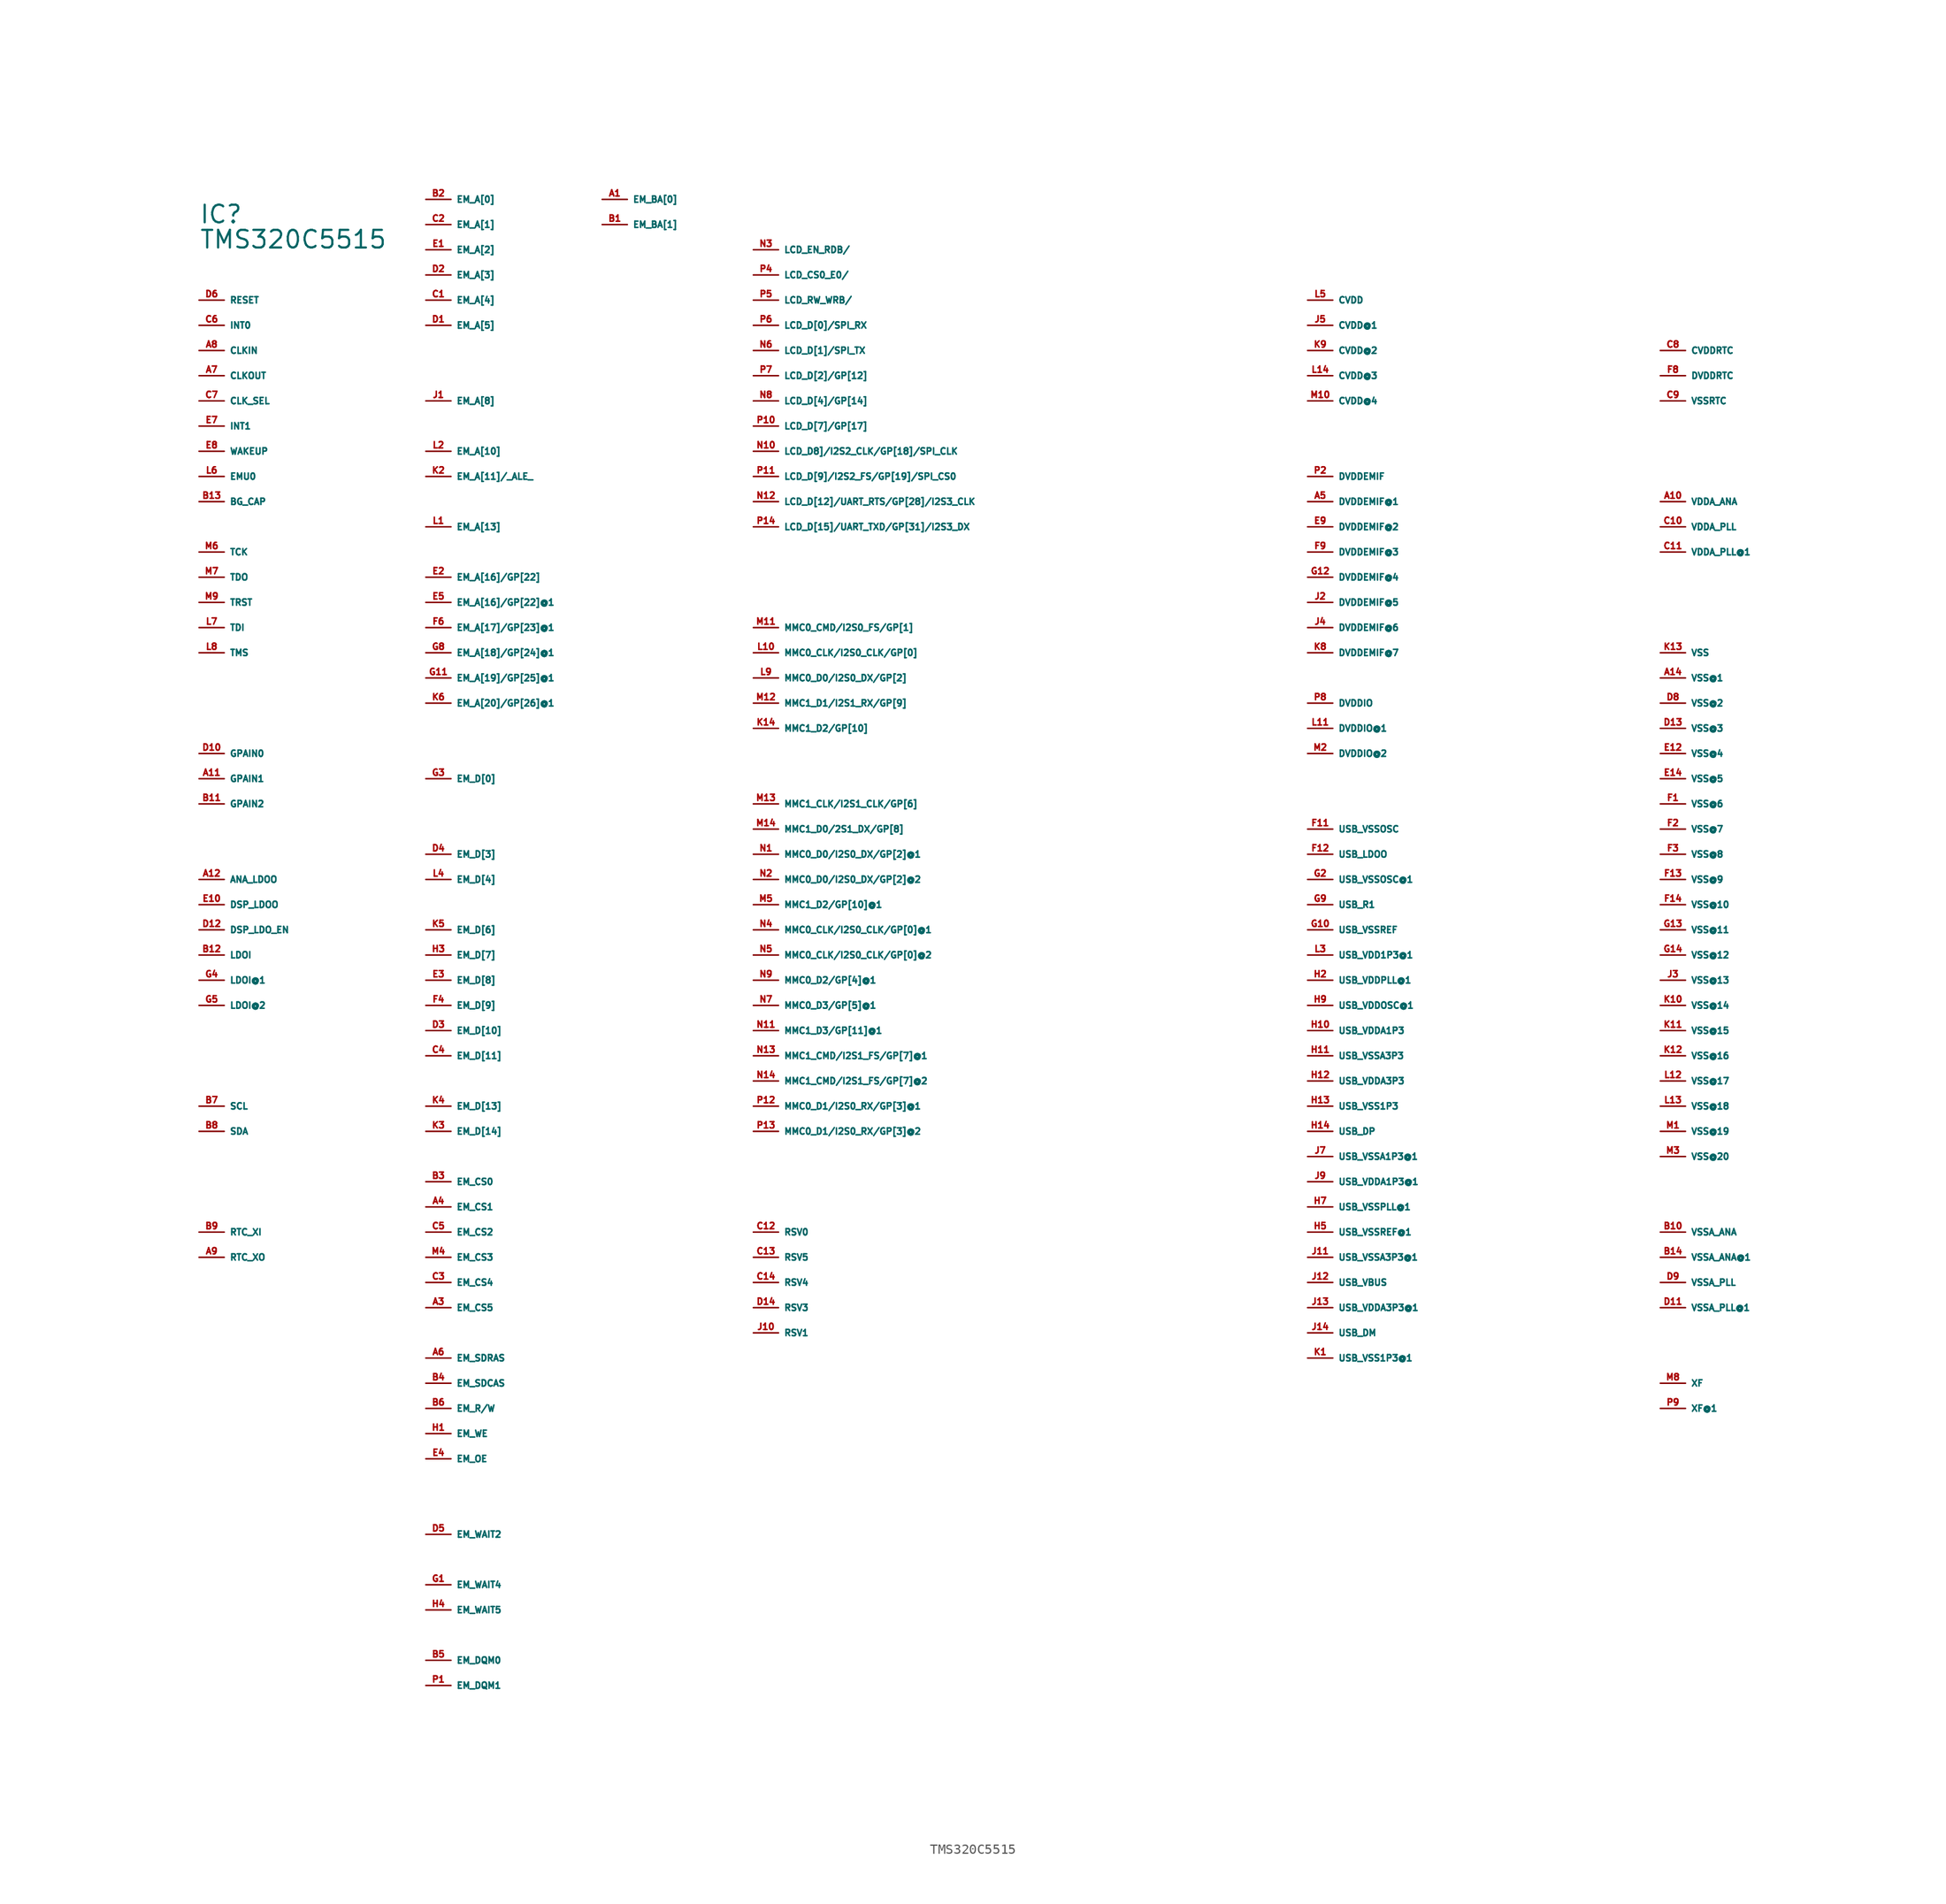
<source format=kicad_sym>
(kicad_symbol_lib
  (version 20220914)
  (generator Eagle2Kicad)
  (symbol "TMS320C5515"
    (property "Reference" "IC"
      (at 0 7.62 0)
      (effects (font (size 1.778 1.778) (thickness 0.22)) (justify left bottom)))
    (property "Value" "TMS320C5515"
      (at 0 5.08 0)
      (effects (font (size 1.778 1.778) (thickness 0.22)) (justify left bottom)))
    (pin bidirectional line
      (at 40.64 10.16 0)
      (length 2.54)
      (name "EM_BA[0]" (effects (font (size 0.635 0.635) (thickness 0.08)) (justify left bottom)))
      (number "A1" (effects (font (size 0.635 0.635) (thickness 0.08)) (justify left bottom))))
    (pin unspecified line
      (at 111.76 -17.78 0)
      (length 2.54)
      (name "DVDDEMIF" (effects (font (size 0.635 0.635) (thickness 0.08)) (justify left bottom)))
      (number "P2" (effects (font (size 0.635 0.635) (thickness 0.08)) (justify left bottom))))
    (pin bidirectional line
      (at 22.86 -101.6 0)
      (length 2.54)
      (name "EM_CS5" (effects (font (size 0.635 0.635) (thickness 0.08)) (justify left bottom)))
      (number "A3" (effects (font (size 0.635 0.635) (thickness 0.08)) (justify left bottom))))
    (pin bidirectional line
      (at 22.86 -91.44 0)
      (length 2.54)
      (name "EM_CS1" (effects (font (size 0.635 0.635) (thickness 0.08)) (justify left bottom)))
      (number "A4" (effects (font (size 0.635 0.635) (thickness 0.08)) (justify left bottom))))
    (pin unspecified line
      (at 111.76 -20.32 0)
      (length 2.54)
      (name "DVDDEMIF@1" (effects (font (size 0.635 0.635) (thickness 0.08)) (justify left bottom)))
      (number "A5" (effects (font (size 0.635 0.635) (thickness 0.08)) (justify left bottom))))
    (pin bidirectional line
      (at 22.86 -106.68 0)
      (length 2.54)
      (name "EM_SDRAS" (effects (font (size 0.635 0.635) (thickness 0.08)) (justify left bottom)))
      (number "A6" (effects (font (size 0.635 0.635) (thickness 0.08)) (justify left bottom))))
    (pin bidirectional line
      (at 0 -7.62 0)
      (length 2.54)
      (name "CLKOUT" (effects (font (size 0.635 0.635) (thickness 0.08)) (justify left bottom)))
      (number "A7" (effects (font (size 0.635 0.635) (thickness 0.08)) (justify left bottom))))
    (pin input line
      (at 0 -5.08 0)
      (length 2.54)
      (name "CLKIN" (effects (font (size 0.635 0.635) (thickness 0.08)) (justify left bottom)))
      (number "A8" (effects (font (size 0.635 0.635) (thickness 0.08)) (justify left bottom))))
    (pin input line
      (at 0 -96.52 0)
      (length 2.54)
      (name "RTC_XO" (effects (font (size 0.635 0.635) (thickness 0.08)) (justify left bottom)))
      (number "A9" (effects (font (size 0.635 0.635) (thickness 0.08)) (justify left bottom))))
    (pin unspecified line
      (at 147.32 -20.32 0)
      (length 2.54)
      (name "VDDA_ANA" (effects (font (size 0.635 0.635) (thickness 0.08)) (justify left bottom)))
      (number "A10" (effects (font (size 0.635 0.635) (thickness 0.08)) (justify left bottom))))
    (pin bidirectional line
      (at 0 -48.26 0)
      (length 2.54)
      (name "GPAIN1" (effects (font (size 0.635 0.635) (thickness 0.08)) (justify left bottom)))
      (number "A11" (effects (font (size 0.635 0.635) (thickness 0.08)) (justify left bottom))))
    (pin unspecified line
      (at 0 -58.42 0)
      (length 2.54)
      (name "ANA_LDOO" (effects (font (size 0.635 0.635) (thickness 0.08)) (justify left bottom)))
      (number "A12" (effects (font (size 0.635 0.635) (thickness 0.08)) (justify left bottom))))
    (pin unspecified line
      (at 147.32 -35.56 0)
      (length 2.54)
      (name "VSS" (effects (font (size 0.635 0.635) (thickness 0.08)) (justify left bottom)))
      (number "K13" (effects (font (size 0.635 0.635) (thickness 0.08)) (justify left bottom))))
    (pin unspecified line
      (at 147.32 -38.1 0)
      (length 2.54)
      (name "VSS@1" (effects (font (size 0.635 0.635) (thickness 0.08)) (justify left bottom)))
      (number "A14" (effects (font (size 0.635 0.635) (thickness 0.08)) (justify left bottom))))
    (pin bidirectional line
      (at 40.64 7.62 0)
      (length 2.54)
      (name "EM_BA[1]" (effects (font (size 0.635 0.635) (thickness 0.08)) (justify left bottom)))
      (number "B1" (effects (font (size 0.635 0.635) (thickness 0.08)) (justify left bottom))))
    (pin tri_state line
      (at 22.86 10.16 0)
      (length 2.54)
      (name "EM_A[0]" (effects (font (size 0.635 0.635) (thickness 0.08)) (justify left bottom)))
      (number "B2" (effects (font (size 0.635 0.635) (thickness 0.08)) (justify left bottom))))
    (pin bidirectional line
      (at 22.86 -88.9 0)
      (length 2.54)
      (name "EM_CS0" (effects (font (size 0.635 0.635) (thickness 0.08)) (justify left bottom)))
      (number "B3" (effects (font (size 0.635 0.635) (thickness 0.08)) (justify left bottom))))
    (pin bidirectional line
      (at 22.86 -109.22 0)
      (length 2.54)
      (name "EM_SDCAS" (effects (font (size 0.635 0.635) (thickness 0.08)) (justify left bottom)))
      (number "B4" (effects (font (size 0.635 0.635) (thickness 0.08)) (justify left bottom))))
    (pin bidirectional line
      (at 22.86 -137.16 0)
      (length 2.54)
      (name "EM_DQM0" (effects (font (size 0.635 0.635) (thickness 0.08)) (justify left bottom)))
      (number "B5" (effects (font (size 0.635 0.635) (thickness 0.08)) (justify left bottom))))
    (pin bidirectional line
      (at 22.86 -111.76 0)
      (length 2.54)
      (name "EM_R/W" (effects (font (size 0.635 0.635) (thickness 0.08)) (justify left bottom)))
      (number "B6" (effects (font (size 0.635 0.635) (thickness 0.08)) (justify left bottom))))
    (pin tri_state line
      (at 0 -81.28 0)
      (length 2.54)
      (name "SCL" (effects (font (size 0.635 0.635) (thickness 0.08)) (justify left bottom)))
      (number "B7" (effects (font (size 0.635 0.635) (thickness 0.08)) (justify left bottom))))
    (pin tri_state line
      (at 0 -83.82 0)
      (length 2.54)
      (name "SDA" (effects (font (size 0.635 0.635) (thickness 0.08)) (justify left bottom)))
      (number "B8" (effects (font (size 0.635 0.635) (thickness 0.08)) (justify left bottom))))
    (pin input line
      (at 0 -93.98 0)
      (length 2.54)
      (name "RTC_XI" (effects (font (size 0.635 0.635) (thickness 0.08)) (justify left bottom)))
      (number "B9" (effects (font (size 0.635 0.635) (thickness 0.08)) (justify left bottom))))
    (pin unspecified line
      (at 147.32 -93.98 0)
      (length 2.54)
      (name "VSSA_ANA" (effects (font (size 0.635 0.635) (thickness 0.08)) (justify left bottom)))
      (number "B10" (effects (font (size 0.635 0.635) (thickness 0.08)) (justify left bottom))))
    (pin bidirectional line
      (at 0 -50.8 0)
      (length 2.54)
      (name "GPAIN2" (effects (font (size 0.635 0.635) (thickness 0.08)) (justify left bottom)))
      (number "B11" (effects (font (size 0.635 0.635) (thickness 0.08)) (justify left bottom))))
    (pin unspecified line
      (at 0 -66.04 0)
      (length 2.54)
      (name "LDOI" (effects (font (size 0.635 0.635) (thickness 0.08)) (justify left bottom)))
      (number "B12" (effects (font (size 0.635 0.635) (thickness 0.08)) (justify left bottom))))
    (pin output line
      (at 0 -20.32 0)
      (length 2.54)
      (name "BG_CAP" (effects (font (size 0.635 0.635) (thickness 0.08)) (justify left bottom)))
      (number "B13" (effects (font (size 0.635 0.635) (thickness 0.08)) (justify left bottom))))
    (pin unspecified line
      (at 147.32 -96.52 0)
      (length 2.54)
      (name "VSSA_ANA@1" (effects (font (size 0.635 0.635) (thickness 0.08)) (justify left bottom)))
      (number "B14" (effects (font (size 0.635 0.635) (thickness 0.08)) (justify left bottom))))
    (pin tri_state line
      (at 22.86 0 0)
      (length 2.54)
      (name "EM_A[4]" (effects (font (size 0.635 0.635) (thickness 0.08)) (justify left bottom)))
      (number "C1" (effects (font (size 0.635 0.635) (thickness 0.08)) (justify left bottom))))
    (pin tri_state line
      (at 22.86 7.62 0)
      (length 2.54)
      (name "EM_A[1]" (effects (font (size 0.635 0.635) (thickness 0.08)) (justify left bottom)))
      (number "C2" (effects (font (size 0.635 0.635) (thickness 0.08)) (justify left bottom))))
    (pin bidirectional line
      (at 22.86 -99.06 0)
      (length 2.54)
      (name "EM_CS4" (effects (font (size 0.635 0.635) (thickness 0.08)) (justify left bottom)))
      (number "C3" (effects (font (size 0.635 0.635) (thickness 0.08)) (justify left bottom))))
    (pin tri_state line
      (at 22.86 -76.2 0)
      (length 2.54)
      (name "EM_D[11]" (effects (font (size 0.635 0.635) (thickness 0.08)) (justify left bottom)))
      (number "C4" (effects (font (size 0.635 0.635) (thickness 0.08)) (justify left bottom))))
    (pin bidirectional line
      (at 22.86 -93.98 0)
      (length 2.54)
      (name "EM_CS2" (effects (font (size 0.635 0.635) (thickness 0.08)) (justify left bottom)))
      (number "C5" (effects (font (size 0.635 0.635) (thickness 0.08)) (justify left bottom))))
    (pin input line
      (at 0 -2.54 0)
      (length 2.54)
      (name "INT0" (effects (font (size 0.635 0.635) (thickness 0.08)) (justify left bottom)))
      (number "C6" (effects (font (size 0.635 0.635) (thickness 0.08)) (justify left bottom))))
    (pin input line
      (at 0 -10.16 0)
      (length 2.54)
      (name "CLK_SEL" (effects (font (size 0.635 0.635) (thickness 0.08)) (justify left bottom)))
      (number "C7" (effects (font (size 0.635 0.635) (thickness 0.08)) (justify left bottom))))
    (pin unspecified line
      (at 147.32 -5.08 0)
      (length 2.54)
      (name "CVDDRTC" (effects (font (size 0.635 0.635) (thickness 0.08)) (justify left bottom)))
      (number "C8" (effects (font (size 0.635 0.635) (thickness 0.08)) (justify left bottom))))
    (pin unspecified line
      (at 147.32 -10.16 0)
      (length 2.54)
      (name "VSSRTC" (effects (font (size 0.635 0.635) (thickness 0.08)) (justify left bottom)))
      (number "C9" (effects (font (size 0.635 0.635) (thickness 0.08)) (justify left bottom))))
    (pin unspecified line
      (at 147.32 -22.86 0)
      (length 2.54)
      (name "VDDA_PLL" (effects (font (size 0.635 0.635) (thickness 0.08)) (justify left bottom)))
      (number "C10" (effects (font (size 0.635 0.635) (thickness 0.08)) (justify left bottom))))
    (pin bidirectional line
      (at 147.32 -25.4 0)
      (length 2.54)
      (name "VDDA_PLL@1" (effects (font (size 0.635 0.635) (thickness 0.08)) (justify left bottom)))
      (number "C11" (effects (font (size 0.635 0.635) (thickness 0.08)) (justify left bottom))))
    (pin input line
      (at 55.88 -93.98 0)
      (length 2.54)
      (name "RSV0" (effects (font (size 0.635 0.635) (thickness 0.08)) (justify left bottom)))
      (number "C12" (effects (font (size 0.635 0.635) (thickness 0.08)) (justify left bottom))))
    (pin input line
      (at 55.88 -96.52 0)
      (length 2.54)
      (name "RSV5" (effects (font (size 0.635 0.635) (thickness 0.08)) (justify left bottom)))
      (number "C13" (effects (font (size 0.635 0.635) (thickness 0.08)) (justify left bottom))))
    (pin input line
      (at 55.88 -99.06 0)
      (length 2.54)
      (name "RSV4" (effects (font (size 0.635 0.635) (thickness 0.08)) (justify left bottom)))
      (number "C14" (effects (font (size 0.635 0.635) (thickness 0.08)) (justify left bottom))))
    (pin tri_state line
      (at 22.86 -2.54 0)
      (length 2.54)
      (name "EM_A[5]" (effects (font (size 0.635 0.635) (thickness 0.08)) (justify left bottom)))
      (number "D1" (effects (font (size 0.635 0.635) (thickness 0.08)) (justify left bottom))))
    (pin tri_state line
      (at 22.86 2.54 0)
      (length 2.54)
      (name "EM_A[3]" (effects (font (size 0.635 0.635) (thickness 0.08)) (justify left bottom)))
      (number "D2" (effects (font (size 0.635 0.635) (thickness 0.08)) (justify left bottom))))
    (pin tri_state line
      (at 22.86 -73.66 0)
      (length 2.54)
      (name "EM_D[10]" (effects (font (size 0.635 0.635) (thickness 0.08)) (justify left bottom)))
      (number "D3" (effects (font (size 0.635 0.635) (thickness 0.08)) (justify left bottom))))
    (pin tri_state line
      (at 22.86 -55.88 0)
      (length 2.54)
      (name "EM_D[3]" (effects (font (size 0.635 0.635) (thickness 0.08)) (justify left bottom)))
      (number "D4" (effects (font (size 0.635 0.635) (thickness 0.08)) (justify left bottom))))
    (pin input line
      (at 22.86 -124.46 0)
      (length 2.54)
      (name "EM_WAIT2" (effects (font (size 0.635 0.635) (thickness 0.08)) (justify left bottom)))
      (number "D5" (effects (font (size 0.635 0.635) (thickness 0.08)) (justify left bottom))))
    (pin input line
      (at 0 0 0)
      (length 2.54)
      (name "RESET" (effects (font (size 0.635 0.635) (thickness 0.08)) (justify left bottom)))
      (number "D6" (effects (font (size 0.635 0.635) (thickness 0.08)) (justify left bottom))))
    (pin bidirectional line
      (at 147.32 -40.64 0)
      (length 2.54)
      (name "VSS@2" (effects (font (size 0.635 0.635) (thickness 0.08)) (justify left bottom)))
      (number "D8" (effects (font (size 0.635 0.635) (thickness 0.08)) (justify left bottom))))
    (pin unspecified line
      (at 147.32 -99.06 0)
      (length 2.54)
      (name "VSSA_PLL" (effects (font (size 0.635 0.635) (thickness 0.08)) (justify left bottom)))
      (number "D9" (effects (font (size 0.635 0.635) (thickness 0.08)) (justify left bottom))))
    (pin bidirectional line
      (at 0 -45.72 0)
      (length 2.54)
      (name "GPAIN0" (effects (font (size 0.635 0.635) (thickness 0.08)) (justify left bottom)))
      (number "D10" (effects (font (size 0.635 0.635) (thickness 0.08)) (justify left bottom))))
    (pin unspecified line
      (at 147.32 -101.6 0)
      (length 2.54)
      (name "VSSA_PLL@1" (effects (font (size 0.635 0.635) (thickness 0.08)) (justify left bottom)))
      (number "D11" (effects (font (size 0.635 0.635) (thickness 0.08)) (justify left bottom))))
    (pin input line
      (at 0 -63.5 0)
      (length 2.54)
      (name "DSP_LDO_EN" (effects (font (size 0.635 0.635) (thickness 0.08)) (justify left bottom)))
      (number "D12" (effects (font (size 0.635 0.635) (thickness 0.08)) (justify left bottom))))
    (pin input line
      (at 147.32 -43.18 0)
      (length 2.54)
      (name "VSS@3" (effects (font (size 0.635 0.635) (thickness 0.08)) (justify left bottom)))
      (number "D13" (effects (font (size 0.635 0.635) (thickness 0.08)) (justify left bottom))))
    (pin input line
      (at 55.88 -101.6 0)
      (length 2.54)
      (name "RSV3" (effects (font (size 0.635 0.635) (thickness 0.08)) (justify left bottom)))
      (number "D14" (effects (font (size 0.635 0.635) (thickness 0.08)) (justify left bottom))))
    (pin tri_state line
      (at 22.86 5.08 0)
      (length 2.54)
      (name "EM_A[2]" (effects (font (size 0.635 0.635) (thickness 0.08)) (justify left bottom)))
      (number "E1" (effects (font (size 0.635 0.635) (thickness 0.08)) (justify left bottom))))
    (pin tri_state line
      (at 22.86 -27.94 0)
      (length 2.54)
      (name "EM_A[16]/GP[22]" (effects (font (size 0.635 0.635) (thickness 0.08)) (justify left bottom)))
      (number "E2" (effects (font (size 0.635 0.635) (thickness 0.08)) (justify left bottom))))
    (pin tri_state line
      (at 22.86 -68.58 0)
      (length 2.54)
      (name "EM_D[8]" (effects (font (size 0.635 0.635) (thickness 0.08)) (justify left bottom)))
      (number "E3" (effects (font (size 0.635 0.635) (thickness 0.08)) (justify left bottom))))
    (pin bidirectional line
      (at 22.86 -116.84 0)
      (length 2.54)
      (name "EM_OE" (effects (font (size 0.635 0.635) (thickness 0.08)) (justify left bottom)))
      (number "E4" (effects (font (size 0.635 0.635) (thickness 0.08)) (justify left bottom))))
    (pin tri_state line
      (at 22.86 -30.48 0)
      (length 2.54)
      (name "EM_A[16]/GP[22]@1" (effects (font (size 0.635 0.635) (thickness 0.08)) (justify left bottom)))
      (number "E5" (effects (font (size 0.635 0.635) (thickness 0.08)) (justify left bottom))))
    (pin input line
      (at 0 -12.7 0)
      (length 2.54)
      (name "INT1" (effects (font (size 0.635 0.635) (thickness 0.08)) (justify left bottom)))
      (number "E7" (effects (font (size 0.635 0.635) (thickness 0.08)) (justify left bottom))))
    (pin tri_state line
      (at 0 -15.24 0)
      (length 2.54)
      (name "WAKEUP" (effects (font (size 0.635 0.635) (thickness 0.08)) (justify left bottom)))
      (number "E8" (effects (font (size 0.635 0.635) (thickness 0.08)) (justify left bottom))))
    (pin unspecified line
      (at 111.76 -22.86 0)
      (length 2.54)
      (name "DVDDEMIF@2" (effects (font (size 0.635 0.635) (thickness 0.08)) (justify left bottom)))
      (number "E9" (effects (font (size 0.635 0.635) (thickness 0.08)) (justify left bottom))))
    (pin unspecified line
      (at 0 -60.96 0)
      (length 2.54)
      (name "DSP_LDOO" (effects (font (size 0.635 0.635) (thickness 0.08)) (justify left bottom)))
      (number "E10" (effects (font (size 0.635 0.635) (thickness 0.08)) (justify left bottom))))
    (pin unspecified line
      (at 147.32 -45.72 0)
      (length 2.54)
      (name "VSS@4" (effects (font (size 0.635 0.635) (thickness 0.08)) (justify left bottom)))
      (number "E12" (effects (font (size 0.635 0.635) (thickness 0.08)) (justify left bottom))))
    (pin unspecified line
      (at 147.32 -48.26 0)
      (length 2.54)
      (name "VSS@5" (effects (font (size 0.635 0.635) (thickness 0.08)) (justify left bottom)))
      (number "E14" (effects (font (size 0.635 0.635) (thickness 0.08)) (justify left bottom))))
    (pin tri_state line
      (at 147.32 -50.8 0)
      (length 2.54)
      (name "VSS@6" (effects (font (size 0.635 0.635) (thickness 0.08)) (justify left bottom)))
      (number "F1" (effects (font (size 0.635 0.635) (thickness 0.08)) (justify left bottom))))
    (pin tri_state line
      (at 147.32 -53.34 0)
      (length 2.54)
      (name "VSS@7" (effects (font (size 0.635 0.635) (thickness 0.08)) (justify left bottom)))
      (number "F2" (effects (font (size 0.635 0.635) (thickness 0.08)) (justify left bottom))))
    (pin tri_state line
      (at 147.32 -55.88 0)
      (length 2.54)
      (name "VSS@8" (effects (font (size 0.635 0.635) (thickness 0.08)) (justify left bottom)))
      (number "F3" (effects (font (size 0.635 0.635) (thickness 0.08)) (justify left bottom))))
    (pin tri_state line
      (at 22.86 -71.12 0)
      (length 2.54)
      (name "EM_D[9]" (effects (font (size 0.635 0.635) (thickness 0.08)) (justify left bottom)))
      (number "F4" (effects (font (size 0.635 0.635) (thickness 0.08)) (justify left bottom))))
    (pin unspecified line
      (at 22.86 -33.02 0)
      (length 2.54)
      (name "EM_A[17]/GP[23]@1" (effects (font (size 0.635 0.635) (thickness 0.08)) (justify left bottom)))
      (number "F6" (effects (font (size 0.635 0.635) (thickness 0.08)) (justify left bottom))))
    (pin unspecified line
      (at 111.76 -40.64 0)
      (length 2.54)
      (name "DVDDIO" (effects (font (size 0.635 0.635) (thickness 0.08)) (justify left bottom)))
      (number "P8" (effects (font (size 0.635 0.635) (thickness 0.08)) (justify left bottom))))
    (pin unspecified line
      (at 147.32 -7.62 0)
      (length 2.54)
      (name "DVDDRTC" (effects (font (size 0.635 0.635) (thickness 0.08)) (justify left bottom)))
      (number "F8" (effects (font (size 0.635 0.635) (thickness 0.08)) (justify left bottom))))
    (pin unspecified line
      (at 111.76 -25.4 0)
      (length 2.54)
      (name "DVDDEMIF@3" (effects (font (size 0.635 0.635) (thickness 0.08)) (justify left bottom)))
      (number "F9" (effects (font (size 0.635 0.635) (thickness 0.08)) (justify left bottom))))
    (pin unspecified line
      (at 111.76 -53.34 0)
      (length 2.54)
      (name "USB_VSSOSC" (effects (font (size 0.635 0.635) (thickness 0.08)) (justify left bottom)))
      (number "F11" (effects (font (size 0.635 0.635) (thickness 0.08)) (justify left bottom))))
    (pin unspecified line
      (at 111.76 -55.88 0)
      (length 2.54)
      (name "USB_LDOO" (effects (font (size 0.635 0.635) (thickness 0.08)) (justify left bottom)))
      (number "F12" (effects (font (size 0.635 0.635) (thickness 0.08)) (justify left bottom))))
    (pin unspecified line
      (at 147.32 -58.42 0)
      (length 2.54)
      (name "VSS@9" (effects (font (size 0.635 0.635) (thickness 0.08)) (justify left bottom)))
      (number "F13" (effects (font (size 0.635 0.635) (thickness 0.08)) (justify left bottom))))
    (pin unspecified line
      (at 147.32 -60.96 0)
      (length 2.54)
      (name "VSS@10" (effects (font (size 0.635 0.635) (thickness 0.08)) (justify left bottom)))
      (number "F14" (effects (font (size 0.635 0.635) (thickness 0.08)) (justify left bottom))))
    (pin input line
      (at 22.86 -129.54 0)
      (length 2.54)
      (name "EM_WAIT4" (effects (font (size 0.635 0.635) (thickness 0.08)) (justify left bottom)))
      (number "G1" (effects (font (size 0.635 0.635) (thickness 0.08)) (justify left bottom))))
    (pin tri_state line
      (at 111.76 -58.42 0)
      (length 2.54)
      (name "USB_VSSOSC@1" (effects (font (size 0.635 0.635) (thickness 0.08)) (justify left bottom)))
      (number "G2" (effects (font (size 0.635 0.635) (thickness 0.08)) (justify left bottom))))
    (pin tri_state line
      (at 22.86 -48.26 0)
      (length 2.54)
      (name "EM_D[0]" (effects (font (size 0.635 0.635) (thickness 0.08)) (justify left bottom)))
      (number "G3" (effects (font (size 0.635 0.635) (thickness 0.08)) (justify left bottom))))
    (pin unspecified line
      (at 0 -68.58 0)
      (length 2.54)
      (name "LDOI@1" (effects (font (size 0.635 0.635) (thickness 0.08)) (justify left bottom)))
      (number "G4" (effects (font (size 0.635 0.635) (thickness 0.08)) (justify left bottom))))
    (pin unspecified line
      (at 0 -71.12 0)
      (length 2.54)
      (name "LDOI@2" (effects (font (size 0.635 0.635) (thickness 0.08)) (justify left bottom)))
      (number "G5" (effects (font (size 0.635 0.635) (thickness 0.08)) (justify left bottom))))
    (pin unspecified line
      (at 22.86 -35.56 0)
      (length 2.54)
      (name "EM_A[18]/GP[24]@1" (effects (font (size 0.635 0.635) (thickness 0.08)) (justify left bottom)))
      (number "G8" (effects (font (size 0.635 0.635) (thickness 0.08)) (justify left bottom))))
    (pin bidirectional line
      (at 111.76 -60.96 0)
      (length 2.54)
      (name "USB_R1" (effects (font (size 0.635 0.635) (thickness 0.08)) (justify left bottom)))
      (number "G9" (effects (font (size 0.635 0.635) (thickness 0.08)) (justify left bottom))))
    (pin unspecified line
      (at 111.76 -63.5 0)
      (length 2.54)
      (name "USB_VSSREF" (effects (font (size 0.635 0.635) (thickness 0.08)) (justify left bottom)))
      (number "G10" (effects (font (size 0.635 0.635) (thickness 0.08)) (justify left bottom))))
    (pin unspecified line
      (at 22.86 -38.1 0)
      (length 2.54)
      (name "EM_A[19]/GP[25]@1" (effects (font (size 0.635 0.635) (thickness 0.08)) (justify left bottom)))
      (number "G11" (effects (font (size 0.635 0.635) (thickness 0.08)) (justify left bottom))))
    (pin unspecified line
      (at 111.76 -27.94 0)
      (length 2.54)
      (name "DVDDEMIF@4" (effects (font (size 0.635 0.635) (thickness 0.08)) (justify left bottom)))
      (number "G12" (effects (font (size 0.635 0.635) (thickness 0.08)) (justify left bottom))))
    (pin input line
      (at 147.32 -63.5 0)
      (length 2.54)
      (name "VSS@11" (effects (font (size 0.635 0.635) (thickness 0.08)) (justify left bottom)))
      (number "G13" (effects (font (size 0.635 0.635) (thickness 0.08)) (justify left bottom))))
    (pin output line
      (at 147.32 -66.04 0)
      (length 2.54)
      (name "VSS@12" (effects (font (size 0.635 0.635) (thickness 0.08)) (justify left bottom)))
      (number "G14" (effects (font (size 0.635 0.635) (thickness 0.08)) (justify left bottom))))
    (pin bidirectional line
      (at 22.86 -114.3 0)
      (length 2.54)
      (name "EM_WE" (effects (font (size 0.635 0.635) (thickness 0.08)) (justify left bottom)))
      (number "H1" (effects (font (size 0.635 0.635) (thickness 0.08)) (justify left bottom))))
    (pin tri_state line
      (at 111.76 -68.58 0)
      (length 2.54)
      (name "USB_VDDPLL@1" (effects (font (size 0.635 0.635) (thickness 0.08)) (justify left bottom)))
      (number "H2" (effects (font (size 0.635 0.635) (thickness 0.08)) (justify left bottom))))
    (pin tri_state line
      (at 22.86 -66.04 0)
      (length 2.54)
      (name "EM_D[7]" (effects (font (size 0.635 0.635) (thickness 0.08)) (justify left bottom)))
      (number "H3" (effects (font (size 0.635 0.635) (thickness 0.08)) (justify left bottom))))
    (pin input line
      (at 22.86 -132.08 0)
      (length 2.54)
      (name "EM_WAIT5" (effects (font (size 0.635 0.635) (thickness 0.08)) (justify left bottom)))
      (number "H4" (effects (font (size 0.635 0.635) (thickness 0.08)) (justify left bottom))))
    (pin unspecified line
      (at 111.76 -93.98 0)
      (length 2.54)
      (name "USB_VSSREF@1" (effects (font (size 0.635 0.635) (thickness 0.08)) (justify left bottom)))
      (number "H5" (effects (font (size 0.635 0.635) (thickness 0.08)) (justify left bottom))))
    (pin unspecified line
      (at 111.76 -91.44 0)
      (length 2.54)
      (name "USB_VSSPLL@1" (effects (font (size 0.635 0.635) (thickness 0.08)) (justify left bottom)))
      (number "H7" (effects (font (size 0.635 0.635) (thickness 0.08)) (justify left bottom))))
    (pin unspecified line
      (at 111.76 0 0)
      (length 2.54)
      (name "CVDD" (effects (font (size 0.635 0.635) (thickness 0.08)) (justify left bottom)))
      (number "L5" (effects (font (size 0.635 0.635) (thickness 0.08)) (justify left bottom))))
    (pin unspecified line
      (at 111.76 -71.12 0)
      (length 2.54)
      (name "USB_VDDOSC@1" (effects (font (size 0.635 0.635) (thickness 0.08)) (justify left bottom)))
      (number "H9" (effects (font (size 0.635 0.635) (thickness 0.08)) (justify left bottom))))
    (pin unspecified line
      (at 111.76 -73.66 0)
      (length 2.54)
      (name "USB_VDDA1P3" (effects (font (size 0.635 0.635) (thickness 0.08)) (justify left bottom)))
      (number "H10" (effects (font (size 0.635 0.635) (thickness 0.08)) (justify left bottom))))
    (pin unspecified line
      (at 111.76 -76.2 0)
      (length 2.54)
      (name "USB_VSSA3P3" (effects (font (size 0.635 0.635) (thickness 0.08)) (justify left bottom)))
      (number "H11" (effects (font (size 0.635 0.635) (thickness 0.08)) (justify left bottom))))
    (pin unspecified line
      (at 111.76 -78.74 0)
      (length 2.54)
      (name "USB_VDDA3P3" (effects (font (size 0.635 0.635) (thickness 0.08)) (justify left bottom)))
      (number "H12" (effects (font (size 0.635 0.635) (thickness 0.08)) (justify left bottom))))
    (pin unspecified line
      (at 111.76 -81.28 0)
      (length 2.54)
      (name "USB_VSS1P3" (effects (font (size 0.635 0.635) (thickness 0.08)) (justify left bottom)))
      (number "H13" (effects (font (size 0.635 0.635) (thickness 0.08)) (justify left bottom))))
    (pin bidirectional line
      (at 111.76 -83.82 0)
      (length 2.54)
      (name "USB_DP" (effects (font (size 0.635 0.635) (thickness 0.08)) (justify left bottom)))
      (number "H14" (effects (font (size 0.635 0.635) (thickness 0.08)) (justify left bottom))))
    (pin tri_state line
      (at 22.86 -10.16 0)
      (length 2.54)
      (name "EM_A[8]" (effects (font (size 0.635 0.635) (thickness 0.08)) (justify left bottom)))
      (number "J1" (effects (font (size 0.635 0.635) (thickness 0.08)) (justify left bottom))))
    (pin tri_state line
      (at 111.76 -30.48 0)
      (length 2.54)
      (name "DVDDEMIF@5" (effects (font (size 0.635 0.635) (thickness 0.08)) (justify left bottom)))
      (number "J2" (effects (font (size 0.635 0.635) (thickness 0.08)) (justify left bottom))))
    (pin tri_state line
      (at 147.32 -68.58 0)
      (length 2.54)
      (name "VSS@13" (effects (font (size 0.635 0.635) (thickness 0.08)) (justify left bottom)))
      (number "J3" (effects (font (size 0.635 0.635) (thickness 0.08)) (justify left bottom))))
    (pin tri_state line
      (at 111.76 -33.02 0)
      (length 2.54)
      (name "DVDDEMIF@6" (effects (font (size 0.635 0.635) (thickness 0.08)) (justify left bottom)))
      (number "J4" (effects (font (size 0.635 0.635) (thickness 0.08)) (justify left bottom))))
    (pin unspecified line
      (at 111.76 -2.54 0)
      (length 2.54)
      (name "CVDD@1" (effects (font (size 0.635 0.635) (thickness 0.08)) (justify left bottom)))
      (number "J5" (effects (font (size 0.635 0.635) (thickness 0.08)) (justify left bottom))))
    (pin unspecified line
      (at 111.76 -86.36 0)
      (length 2.54)
      (name "USB_VSSA1P3@1" (effects (font (size 0.635 0.635) (thickness 0.08)) (justify left bottom)))
      (number "J7" (effects (font (size 0.635 0.635) (thickness 0.08)) (justify left bottom))))
    (pin unspecified line
      (at 111.76 -88.9 0)
      (length 2.54)
      (name "USB_VDDA1P3@1" (effects (font (size 0.635 0.635) (thickness 0.08)) (justify left bottom)))
      (number "J9" (effects (font (size 0.635 0.635) (thickness 0.08)) (justify left bottom))))
    (pin unspecified line
      (at 55.88 -104.14 0)
      (length 2.54)
      (name "RSV1" (effects (font (size 0.635 0.635) (thickness 0.08)) (justify left bottom)))
      (number "J10" (effects (font (size 0.635 0.635) (thickness 0.08)) (justify left bottom))))
    (pin unspecified line
      (at 111.76 -96.52 0)
      (length 2.54)
      (name "USB_VSSA3P3@1" (effects (font (size 0.635 0.635) (thickness 0.08)) (justify left bottom)))
      (number "J11" (effects (font (size 0.635 0.635) (thickness 0.08)) (justify left bottom))))
    (pin bidirectional line
      (at 111.76 -99.06 0)
      (length 2.54)
      (name "USB_VBUS" (effects (font (size 0.635 0.635) (thickness 0.08)) (justify left bottom)))
      (number "J12" (effects (font (size 0.635 0.635) (thickness 0.08)) (justify left bottom))))
    (pin unspecified line
      (at 111.76 -101.6 0)
      (length 2.54)
      (name "USB_VDDA3P3@1" (effects (font (size 0.635 0.635) (thickness 0.08)) (justify left bottom)))
      (number "J13" (effects (font (size 0.635 0.635) (thickness 0.08)) (justify left bottom))))
    (pin bidirectional line
      (at 111.76 -104.14 0)
      (length 2.54)
      (name "USB_DM" (effects (font (size 0.635 0.635) (thickness 0.08)) (justify left bottom)))
      (number "J14" (effects (font (size 0.635 0.635) (thickness 0.08)) (justify left bottom))))
    (pin tri_state line
      (at 111.76 -106.68 0)
      (length 2.54)
      (name "USB_VSS1P3@1" (effects (font (size 0.635 0.635) (thickness 0.08)) (justify left bottom)))
      (number "K1" (effects (font (size 0.635 0.635) (thickness 0.08)) (justify left bottom))))
    (pin tri_state line
      (at 22.86 -17.78 0)
      (length 2.54)
      (name "EM_A[11]/_ALE_" (effects (font (size 0.635 0.635) (thickness 0.08)) (justify left bottom)))
      (number "K2" (effects (font (size 0.635 0.635) (thickness 0.08)) (justify left bottom))))
    (pin tri_state line
      (at 22.86 -83.82 0)
      (length 2.54)
      (name "EM_D[14]" (effects (font (size 0.635 0.635) (thickness 0.08)) (justify left bottom)))
      (number "K3" (effects (font (size 0.635 0.635) (thickness 0.08)) (justify left bottom))))
    (pin tri_state line
      (at 22.86 -81.28 0)
      (length 2.54)
      (name "EM_D[13]" (effects (font (size 0.635 0.635) (thickness 0.08)) (justify left bottom)))
      (number "K4" (effects (font (size 0.635 0.635) (thickness 0.08)) (justify left bottom))))
    (pin tri_state line
      (at 22.86 -63.5 0)
      (length 2.54)
      (name "EM_D[6]" (effects (font (size 0.635 0.635) (thickness 0.08)) (justify left bottom)))
      (number "K5" (effects (font (size 0.635 0.635) (thickness 0.08)) (justify left bottom))))
    (pin input line
      (at 22.86 -40.64 0)
      (length 2.54)
      (name "EM_A[20]/GP[26]@1" (effects (font (size 0.635 0.635) (thickness 0.08)) (justify left bottom)))
      (number "K6" (effects (font (size 0.635 0.635) (thickness 0.08)) (justify left bottom))))
    (pin unspecified line
      (at 111.76 -35.56 0)
      (length 2.54)
      (name "DVDDEMIF@7" (effects (font (size 0.635 0.635) (thickness 0.08)) (justify left bottom)))
      (number "K8" (effects (font (size 0.635 0.635) (thickness 0.08)) (justify left bottom))))
    (pin unspecified line
      (at 111.76 -5.08 0)
      (length 2.54)
      (name "CVDD@2" (effects (font (size 0.635 0.635) (thickness 0.08)) (justify left bottom)))
      (number "K9" (effects (font (size 0.635 0.635) (thickness 0.08)) (justify left bottom))))
    (pin unspecified line
      (at 147.32 -71.12 0)
      (length 2.54)
      (name "VSS@14" (effects (font (size 0.635 0.635) (thickness 0.08)) (justify left bottom)))
      (number "K10" (effects (font (size 0.635 0.635) (thickness 0.08)) (justify left bottom))))
    (pin unspecified line
      (at 147.32 -73.66 0)
      (length 2.54)
      (name "VSS@15" (effects (font (size 0.635 0.635) (thickness 0.08)) (justify left bottom)))
      (number "K11" (effects (font (size 0.635 0.635) (thickness 0.08)) (justify left bottom))))
    (pin unspecified line
      (at 147.32 -76.2 0)
      (length 2.54)
      (name "VSS@16" (effects (font (size 0.635 0.635) (thickness 0.08)) (justify left bottom)))
      (number "K12" (effects (font (size 0.635 0.635) (thickness 0.08)) (justify left bottom))))
    (pin tri_state line
      (at 55.88 -43.18 0)
      (length 2.54)
      (name "MMC1_D2/GP[10]" (effects (font (size 0.635 0.635) (thickness 0.08)) (justify left bottom)))
      (number "K14" (effects (font (size 0.635 0.635) (thickness 0.08)) (justify left bottom))))
    (pin tri_state line
      (at 22.86 -22.86 0)
      (length 2.54)
      (name "EM_A[13]" (effects (font (size 0.635 0.635) (thickness 0.08)) (justify left bottom)))
      (number "L1" (effects (font (size 0.635 0.635) (thickness 0.08)) (justify left bottom))))
    (pin tri_state line
      (at 22.86 -15.24 0)
      (length 2.54)
      (name "EM_A[10]" (effects (font (size 0.635 0.635) (thickness 0.08)) (justify left bottom)))
      (number "L2" (effects (font (size 0.635 0.635) (thickness 0.08)) (justify left bottom))))
    (pin tri_state line
      (at 111.76 -66.04 0)
      (length 2.54)
      (name "USB_VDD1P3@1" (effects (font (size 0.635 0.635) (thickness 0.08)) (justify left bottom)))
      (number "L3" (effects (font (size 0.635 0.635) (thickness 0.08)) (justify left bottom))))
    (pin tri_state line
      (at 22.86 -58.42 0)
      (length 2.54)
      (name "EM_D[4]" (effects (font (size 0.635 0.635) (thickness 0.08)) (justify left bottom)))
      (number "L4" (effects (font (size 0.635 0.635) (thickness 0.08)) (justify left bottom))))
    (pin tri_state line
      (at 0 -17.78 0)
      (length 2.54)
      (name "EMU0" (effects (font (size 0.635 0.635) (thickness 0.08)) (justify left bottom)))
      (number "L6" (effects (font (size 0.635 0.635) (thickness 0.08)) (justify left bottom))))
    (pin input line
      (at 0 -33.02 0)
      (length 2.54)
      (name "TDI" (effects (font (size 0.635 0.635) (thickness 0.08)) (justify left bottom)))
      (number "L7" (effects (font (size 0.635 0.635) (thickness 0.08)) (justify left bottom))))
    (pin input line
      (at 0 -35.56 0)
      (length 2.54)
      (name "TMS" (effects (font (size 0.635 0.635) (thickness 0.08)) (justify left bottom)))
      (number "L8" (effects (font (size 0.635 0.635) (thickness 0.08)) (justify left bottom))))
    (pin tri_state line
      (at 55.88 -38.1 0)
      (length 2.54)
      (name "MMC0_D0/I2S0_DX/GP[2]" (effects (font (size 0.635 0.635) (thickness 0.08)) (justify left bottom)))
      (number "L9" (effects (font (size 0.635 0.635) (thickness 0.08)) (justify left bottom))))
    (pin tri_state line
      (at 55.88 -35.56 0)
      (length 2.54)
      (name "MMC0_CLK/I2S0_CLK/GP[0]" (effects (font (size 0.635 0.635) (thickness 0.08)) (justify left bottom)))
      (number "L10" (effects (font (size 0.635 0.635) (thickness 0.08)) (justify left bottom))))
    (pin tri_state line
      (at 111.76 -43.18 0)
      (length 2.54)
      (name "DVDDIO@1" (effects (font (size 0.635 0.635) (thickness 0.08)) (justify left bottom)))
      (number "L11" (effects (font (size 0.635 0.635) (thickness 0.08)) (justify left bottom))))
    (pin tri_state line
      (at 147.32 -78.74 0)
      (length 2.54)
      (name "VSS@17" (effects (font (size 0.635 0.635) (thickness 0.08)) (justify left bottom)))
      (number "L12" (effects (font (size 0.635 0.635) (thickness 0.08)) (justify left bottom))))
    (pin tri_state line
      (at 147.32 -81.28 0)
      (length 2.54)
      (name "VSS@18" (effects (font (size 0.635 0.635) (thickness 0.08)) (justify left bottom)))
      (number "L13" (effects (font (size 0.635 0.635) (thickness 0.08)) (justify left bottom))))
    (pin tri_state line
      (at 111.76 -7.62 0)
      (length 2.54)
      (name "CVDD@3" (effects (font (size 0.635 0.635) (thickness 0.08)) (justify left bottom)))
      (number "L14" (effects (font (size 0.635 0.635) (thickness 0.08)) (justify left bottom))))
    (pin tri_state line
      (at 147.32 -83.82 0)
      (length 2.54)
      (name "VSS@19" (effects (font (size 0.635 0.635) (thickness 0.08)) (justify left bottom)))
      (number "M1" (effects (font (size 0.635 0.635) (thickness 0.08)) (justify left bottom))))
    (pin tri_state line
      (at 111.76 -45.72 0)
      (length 2.54)
      (name "DVDDIO@2" (effects (font (size 0.635 0.635) (thickness 0.08)) (justify left bottom)))
      (number "M2" (effects (font (size 0.635 0.635) (thickness 0.08)) (justify left bottom))))
    (pin bidirectional line
      (at 147.32 -86.36 0)
      (length 2.54)
      (name "VSS@20" (effects (font (size 0.635 0.635) (thickness 0.08)) (justify left bottom)))
      (number "M3" (effects (font (size 0.635 0.635) (thickness 0.08)) (justify left bottom))))
    (pin bidirectional line
      (at 22.86 -96.52 0)
      (length 2.54)
      (name "EM_CS3" (effects (font (size 0.635 0.635) (thickness 0.08)) (justify left bottom)))
      (number "M4" (effects (font (size 0.635 0.635) (thickness 0.08)) (justify left bottom))))
    (pin tri_state line
      (at 55.88 -60.96 0)
      (length 2.54)
      (name "MMC1_D2/GP[10]@1" (effects (font (size 0.635 0.635) (thickness 0.08)) (justify left bottom)))
      (number "M5" (effects (font (size 0.635 0.635) (thickness 0.08)) (justify left bottom))))
    (pin input line
      (at 0 -25.4 0)
      (length 2.54)
      (name "TCK" (effects (font (size 0.635 0.635) (thickness 0.08)) (justify left bottom)))
      (number "M6" (effects (font (size 0.635 0.635) (thickness 0.08)) (justify left bottom))))
    (pin bidirectional line
      (at 0 -27.94 0)
      (length 2.54)
      (name "TDO" (effects (font (size 0.635 0.635) (thickness 0.08)) (justify left bottom)))
      (number "M7" (effects (font (size 0.635 0.635) (thickness 0.08)) (justify left bottom))))
    (pin bidirectional line
      (at 147.32 -109.22 0)
      (length 2.54)
      (name "XF" (effects (font (size 0.635 0.635) (thickness 0.08)) (justify left bottom)))
      (number "M8" (effects (font (size 0.635 0.635) (thickness 0.08)) (justify left bottom))))
    (pin input line
      (at 0 -30.48 0)
      (length 2.54)
      (name "TRST" (effects (font (size 0.635 0.635) (thickness 0.08)) (justify left bottom)))
      (number "M9" (effects (font (size 0.635 0.635) (thickness 0.08)) (justify left bottom))))
    (pin tri_state line
      (at 111.76 -10.16 0)
      (length 2.54)
      (name "CVDD@4" (effects (font (size 0.635 0.635) (thickness 0.08)) (justify left bottom)))
      (number "M10" (effects (font (size 0.635 0.635) (thickness 0.08)) (justify left bottom))))
    (pin tri_state line
      (at 55.88 -33.02 0)
      (length 2.54)
      (name "MMC0_CMD/I2S0_FS/GP[1]" (effects (font (size 0.635 0.635) (thickness 0.08)) (justify left bottom)))
      (number "M11" (effects (font (size 0.635 0.635) (thickness 0.08)) (justify left bottom))))
    (pin tri_state line
      (at 55.88 -40.64 0)
      (length 2.54)
      (name "MMC1_D1/I2S1_RX/GP[9]" (effects (font (size 0.635 0.635) (thickness 0.08)) (justify left bottom)))
      (number "M12" (effects (font (size 0.635 0.635) (thickness 0.08)) (justify left bottom))))
    (pin tri_state line
      (at 55.88 -50.8 0)
      (length 2.54)
      (name "MMC1_CLK/I2S1_CLK/GP[6]" (effects (font (size 0.635 0.635) (thickness 0.08)) (justify left bottom)))
      (number "M13" (effects (font (size 0.635 0.635) (thickness 0.08)) (justify left bottom))))
    (pin tri_state line
      (at 55.88 -53.34 0)
      (length 2.54)
      (name "MMC1_D0/2S1_DX/GP[8]" (effects (font (size 0.635 0.635) (thickness 0.08)) (justify left bottom)))
      (number "M14" (effects (font (size 0.635 0.635) (thickness 0.08)) (justify left bottom))))
    (pin tri_state line
      (at 55.88 -55.88 0)
      (length 2.54)
      (name "MMC0_D0/I2S0_DX/GP[2]@1" (effects (font (size 0.635 0.635) (thickness 0.08)) (justify left bottom)))
      (number "N1" (effects (font (size 0.635 0.635) (thickness 0.08)) (justify left bottom))))
    (pin bidirectional line
      (at 55.88 -58.42 0)
      (length 2.54)
      (name "MMC0_D0/I2S0_DX/GP[2]@2" (effects (font (size 0.635 0.635) (thickness 0.08)) (justify left bottom)))
      (number "N2" (effects (font (size 0.635 0.635) (thickness 0.08)) (justify left bottom))))
    (pin bidirectional line
      (at 55.88 5.08 0)
      (length 2.54)
      (name "LCD_EN_RDB/" (effects (font (size 0.635 0.635) (thickness 0.08)) (justify left bottom)))
      (number "N3" (effects (font (size 0.635 0.635) (thickness 0.08)) (justify left bottom))))
    (pin tri_state line
      (at 55.88 -63.5 0)
      (length 2.54)
      (name "MMC0_CLK/I2S0_CLK/GP[0]@1" (effects (font (size 0.635 0.635) (thickness 0.08)) (justify left bottom)))
      (number "N4" (effects (font (size 0.635 0.635) (thickness 0.08)) (justify left bottom))))
    (pin tri_state line
      (at 55.88 -66.04 0)
      (length 2.54)
      (name "MMC0_CLK/I2S0_CLK/GP[0]@2" (effects (font (size 0.635 0.635) (thickness 0.08)) (justify left bottom)))
      (number "N5" (effects (font (size 0.635 0.635) (thickness 0.08)) (justify left bottom))))
    (pin tri_state line
      (at 55.88 -5.08 0)
      (length 2.54)
      (name "LCD_D[1]/SPI_TX" (effects (font (size 0.635 0.635) (thickness 0.08)) (justify left bottom)))
      (number "N6" (effects (font (size 0.635 0.635) (thickness 0.08)) (justify left bottom))))
    (pin tri_state line
      (at 55.88 -71.12 0)
      (length 2.54)
      (name "MMC0_D3/GP[5]@1" (effects (font (size 0.635 0.635) (thickness 0.08)) (justify left bottom)))
      (number "N7" (effects (font (size 0.635 0.635) (thickness 0.08)) (justify left bottom))))
    (pin tri_state line
      (at 55.88 -10.16 0)
      (length 2.54)
      (name "LCD_D[4]/GP[14]" (effects (font (size 0.635 0.635) (thickness 0.08)) (justify left bottom)))
      (number "N8" (effects (font (size 0.635 0.635) (thickness 0.08)) (justify left bottom))))
    (pin tri_state line
      (at 55.88 -68.58 0)
      (length 2.54)
      (name "MMC0_D2/GP[4]@1" (effects (font (size 0.635 0.635) (thickness 0.08)) (justify left bottom)))
      (number "N9" (effects (font (size 0.635 0.635) (thickness 0.08)) (justify left bottom))))
    (pin tri_state line
      (at 55.88 -15.24 0)
      (length 2.54)
      (name "LCD_D8]/I2S2_CLK/GP[18]/SPI_CLK" (effects (font (size 0.635 0.635) (thickness 0.08)) (justify left bottom)))
      (number "N10" (effects (font (size 0.635 0.635) (thickness 0.08)) (justify left bottom))))
    (pin tri_state line
      (at 55.88 -73.66 0)
      (length 2.54)
      (name "MMC1_D3/GP[11]@1" (effects (font (size 0.635 0.635) (thickness 0.08)) (justify left bottom)))
      (number "N11" (effects (font (size 0.635 0.635) (thickness 0.08)) (justify left bottom))))
    (pin tri_state line
      (at 55.88 -20.32 0)
      (length 2.54)
      (name "LCD_D[12]/UART_RTS/GP[28]/I2S3_CLK" (effects (font (size 0.635 0.635) (thickness 0.08)) (justify left bottom)))
      (number "N12" (effects (font (size 0.635 0.635) (thickness 0.08)) (justify left bottom))))
    (pin bidirectional line
      (at 55.88 -76.2 0)
      (length 2.54)
      (name "MMC1_CMD/I2S1_FS/GP[7]@1" (effects (font (size 0.635 0.635) (thickness 0.08)) (justify left bottom)))
      (number "N13" (effects (font (size 0.635 0.635) (thickness 0.08)) (justify left bottom))))
    (pin unspecified line
      (at 55.88 -78.74 0)
      (length 2.54)
      (name "MMC1_CMD/I2S1_FS/GP[7]@2" (effects (font (size 0.635 0.635) (thickness 0.08)) (justify left bottom)))
      (number "N14" (effects (font (size 0.635 0.635) (thickness 0.08)) (justify left bottom))))
    (pin bidirectional line
      (at 22.86 -139.7 0)
      (length 2.54)
      (name "EM_DQM1" (effects (font (size 0.635 0.635) (thickness 0.08)) (justify left bottom)))
      (number "P1" (effects (font (size 0.635 0.635) (thickness 0.08)) (justify left bottom))))
    (pin tri_state line
      (at 55.88 2.54 0)
      (length 2.54)
      (name "LCD_CS0_E0/" (effects (font (size 0.635 0.635) (thickness 0.08)) (justify left bottom)))
      (number "P4" (effects (font (size 0.635 0.635) (thickness 0.08)) (justify left bottom))))
    (pin tri_state line
      (at 55.88 0 0)
      (length 2.54)
      (name "LCD_RW_WRB/" (effects (font (size 0.635 0.635) (thickness 0.08)) (justify left bottom)))
      (number "P5" (effects (font (size 0.635 0.635) (thickness 0.08)) (justify left bottom))))
    (pin tri_state line
      (at 55.88 -2.54 0)
      (length 2.54)
      (name "LCD_D[0]/SPI_RX" (effects (font (size 0.635 0.635) (thickness 0.08)) (justify left bottom)))
      (number "P6" (effects (font (size 0.635 0.635) (thickness 0.08)) (justify left bottom))))
    (pin tri_state line
      (at 55.88 -7.62 0)
      (length 2.54)
      (name "LCD_D[2]/GP[12]" (effects (font (size 0.635 0.635) (thickness 0.08)) (justify left bottom)))
      (number "P7" (effects (font (size 0.635 0.635) (thickness 0.08)) (justify left bottom))))
    (pin tri_state line
      (at 147.32 -111.76 0)
      (length 2.54)
      (name "XF@1" (effects (font (size 0.635 0.635) (thickness 0.08)) (justify left bottom)))
      (number "P9" (effects (font (size 0.635 0.635) (thickness 0.08)) (justify left bottom))))
    (pin tri_state line
      (at 55.88 -12.7 0)
      (length 2.54)
      (name "LCD_D[7]/GP[17]" (effects (font (size 0.635 0.635) (thickness 0.08)) (justify left bottom)))
      (number "P10" (effects (font (size 0.635 0.635) (thickness 0.08)) (justify left bottom))))
    (pin tri_state line
      (at 55.88 -17.78 0)
      (length 2.54)
      (name "LCD_D[9]/I2S2_FS/GP[19]/SPI_CS0" (effects (font (size 0.635 0.635) (thickness 0.08)) (justify left bottom)))
      (number "P11" (effects (font (size 0.635 0.635) (thickness 0.08)) (justify left bottom))))
    (pin tri_state line
      (at 55.88 -81.28 0)
      (length 2.54)
      (name "MMC0_D1/I2S0_RX/GP[3]@1" (effects (font (size 0.635 0.635) (thickness 0.08)) (justify left bottom)))
      (number "P12" (effects (font (size 0.635 0.635) (thickness 0.08)) (justify left bottom))))
    (pin tri_state line
      (at 55.88 -83.82 0)
      (length 2.54)
      (name "MMC0_D1/I2S0_RX/GP[3]@2" (effects (font (size 0.635 0.635) (thickness 0.08)) (justify left bottom)))
      (number "P13" (effects (font (size 0.635 0.635) (thickness 0.08)) (justify left bottom))))
    (pin tri_state line
      (at 55.88 -22.86 0)
      (length 2.54)
      (name "LCD_D[15]/UART_TXD/GP[31]/I2S3_DX" (effects (font (size 0.635 0.635) (thickness 0.08)) (justify left bottom)))
      (number "P14" (effects (font (size 0.635 0.635) (thickness 0.08)) (justify left bottom))))))
</source>
